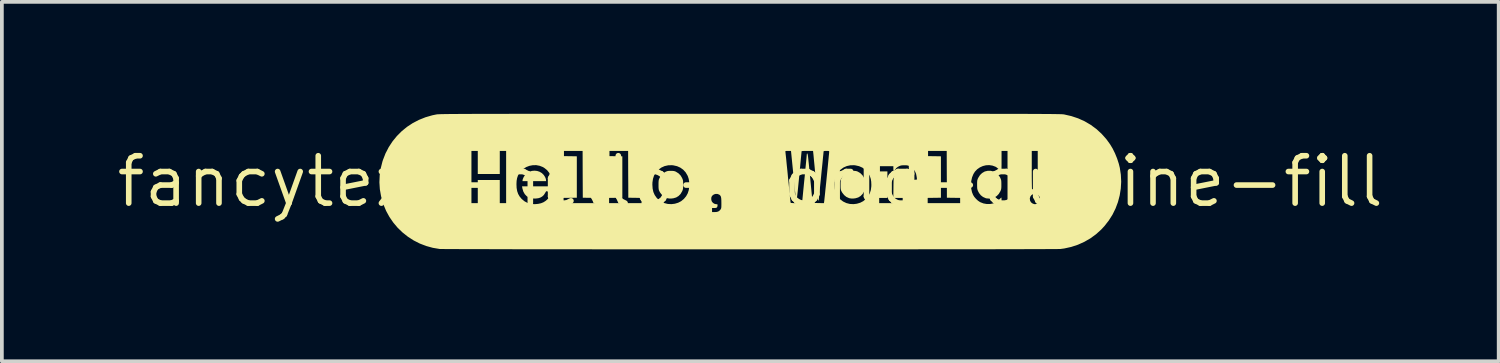
<source format=kicad_pcb>
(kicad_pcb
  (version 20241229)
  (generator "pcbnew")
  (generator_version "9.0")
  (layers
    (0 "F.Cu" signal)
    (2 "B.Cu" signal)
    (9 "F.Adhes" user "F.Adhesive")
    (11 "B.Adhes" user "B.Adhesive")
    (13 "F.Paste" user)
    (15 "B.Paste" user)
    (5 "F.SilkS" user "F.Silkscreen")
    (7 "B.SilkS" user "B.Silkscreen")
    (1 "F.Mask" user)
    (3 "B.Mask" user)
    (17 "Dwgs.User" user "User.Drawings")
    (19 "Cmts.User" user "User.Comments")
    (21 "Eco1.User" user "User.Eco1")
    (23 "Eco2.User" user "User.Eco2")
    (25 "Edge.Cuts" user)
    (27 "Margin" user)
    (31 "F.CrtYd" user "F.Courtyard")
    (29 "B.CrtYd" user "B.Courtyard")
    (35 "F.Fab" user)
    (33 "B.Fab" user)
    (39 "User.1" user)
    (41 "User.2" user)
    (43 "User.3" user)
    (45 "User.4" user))
  (footprint "fancytext-hello-world-outline-fill"
    (layer "F.Cu")
    (at 17.062 1.815)
    (property "Reference" "fancytext-hello-world-outline-fill" (at 0 0 0) (layer "F.SilkS") (effects (font (size 1.27 1.27) (thickness 0.15))))
    (attr board_only exclude_from_pos_files exclude_from_bom)
    (fp_poly (pts (xy -6.105 -0.033) (xy -6.101 -0.054) (xy -6.089 -0.085) (xy -6.074 -0.119) (xy -6.033 -0.181) (xy -5.981 -0.229) (xy -5.92 -0.263) (xy -5.853 -0.284) (xy -5.784 -0.29) (xy -5.715 -0.283) (xy -5.65 -0.262) (xy -5.59 -0.227) (xy -5.539 -0.178) (xy -5.499 -0.116) (xy -5.499 -0.115) (xy -5.485 -0.081) (xy -5.477 -0.051) (xy -5.475 -0.037) (xy -5.475 -0.01) (xy -5.79 -0.01) (xy -6.105 -0.01) (xy -6.105 -0.033)) (stroke (width 0) (type solid)) (fill yes) (layer "F.SilkS"))
    (fp_poly (pts (xy 6.31 0.447) (xy 6.237 0.414) (xy 6.179 0.369) (xy 6.132 0.31) (xy 6.108 0.265) (xy 6.096 0.238) (xy 6.088 0.213) (xy 6.083 0.187) (xy 6.081 0.153) (xy 6.08 0.107) (xy 6.08 0.085) (xy 6.08 0.033) (xy 6.082 -0.004) (xy 6.085 -0.032) (xy 6.092 -0.055) (xy 6.102 -0.081) (xy 6.112 -0.101) (xy 6.157 -0.172) (xy 6.213 -0.226) (xy 6.279 -0.265) (xy 6.289 -0.269) (xy 6.366 -0.287) (xy 6.442 -0.287) (xy 6.515 -0.27) (xy 6.582 -0.236) (xy 6.641 -0.187) (xy 6.687 -0.124) (xy 6.701 -0.098) (xy 6.713 -0.069) (xy 6.722 -0.045) (xy 6.727 -0.018) (xy 6.729 0.015) (xy 6.73 0.06) (xy 6.73 0.085) (xy 6.73 0.138) (xy 6.728 0.176) (xy 6.724 0.205) (xy 6.717 0.229) (xy 6.707 0.254) (xy 6.704 0.261) (xy 6.66 0.334) (xy 6.606 0.39) (xy 6.541 0.43) (xy 6.466 0.452) (xy 6.422 0.456) (xy 6.373 0.456) (xy 6.33 0.452) (xy 6.31 0.447)) (stroke (width 0) (type solid)) (fill yes) (layer "F.SilkS"))
    (fp_poly (pts (xy -2.232 0.446) (xy -2.305 0.413) (xy -2.366 0.363) (xy -2.417 0.297) (xy -2.432 0.27) (xy -2.444 0.246) (xy -2.452 0.224) (xy -2.456 0.2) (xy -2.459 0.169) (xy -2.46 0.127) (xy -2.46 0.09) (xy -2.46 0.036) (xy -2.458 -0.003) (xy -2.455 -0.032) (xy -2.449 -0.056) (xy -2.439 -0.079) (xy -2.434 -0.091) (xy -2.39 -0.164) (xy -2.334 -0.221) (xy -2.277 -0.257) (xy -2.245 -0.271) (xy -2.217 -0.28) (xy -2.185 -0.284) (xy -2.141 -0.285) (xy -2.13 -0.285) (xy -2.081 -0.284) (xy -2.045 -0.28) (xy -2.017 -0.272) (xy -1.994 -0.262) (xy -1.924 -0.218) (xy -1.869 -0.162) (xy -1.833 -0.102) (xy -1.819 -0.073) (xy -1.81 -0.049) (xy -1.804 -0.024) (xy -1.801 0.006) (xy -1.8 0.046) (xy -1.8 0.085) (xy -1.8 0.138) (xy -1.802 0.176) (xy -1.806 0.204) (xy -1.813 0.229) (xy -1.823 0.254) (xy -1.826 0.261) (xy -1.869 0.334) (xy -1.923 0.389) (xy -1.987 0.428) (xy -2.062 0.45) (xy -2.112 0.456) (xy -2.172 0.456) (xy -2.221 0.449) (xy -2.232 0.446)) (stroke (width 0) (type solid)) (fill yes) (layer "F.SilkS"))
    (fp_poly (pts (xy 2.648 0.446) (xy 2.575 0.413) (xy 2.514 0.363) (xy 2.463 0.297) (xy 2.448 0.27) (xy 2.436 0.246) (xy 2.428 0.224) (xy 2.424 0.2) (xy 2.421 0.169) (xy 2.42 0.127) (xy 2.42 0.09) (xy 2.42 0.036) (xy 2.422 -0.003) (xy 2.425 -0.032) (xy 2.431 -0.056) (xy 2.441 -0.079) (xy 2.446 -0.091) (xy 2.49 -0.164) (xy 2.546 -0.221) (xy 2.603 -0.257) (xy 2.635 -0.271) (xy 2.663 -0.28) (xy 2.695 -0.284) (xy 2.739 -0.285) (xy 2.75 -0.285) (xy 2.799 -0.284) (xy 2.835 -0.28) (xy 2.863 -0.272) (xy 2.886 -0.262) (xy 2.956 -0.218) (xy 3.011 -0.162) (xy 3.047 -0.102) (xy 3.061 -0.073) (xy 3.07 -0.049) (xy 3.076 -0.024) (xy 3.079 0.006) (xy 3.08 0.046) (xy 3.08 0.085) (xy 3.08 0.138) (xy 3.078 0.176) (xy 3.074 0.204) (xy 3.067 0.229) (xy 3.057 0.254) (xy 3.054 0.261) (xy 3.011 0.334) (xy 2.957 0.389) (xy 2.893 0.428) (xy 2.818 0.45) (xy 2.768 0.456) (xy 2.708 0.456) (xy 2.659 0.449) (xy 2.648 0.446)) (stroke (width 0) (type solid)) (fill yes) (layer "F.SilkS"))
    (fp_poly (pts (xy 1.411 -1.815) (xy 1.843 -1.815) (xy 2.257 -1.815) (xy 2.653 -1.815) (xy 3.032 -1.815) (xy 3.393 -1.815) (xy 3.737 -1.815) (xy 4.065 -1.815) (xy 4.377 -1.815) (xy 4.674 -1.815) (xy 4.955 -1.815) (xy 5.222 -1.814) (xy 5.474 -1.814) (xy 5.713 -1.814) (xy 5.938 -1.814) (xy 6.15 -1.814) (xy 6.349 -1.814) (xy 6.535 -1.813) (xy 6.71 -1.813) (xy 6.874 -1.813) (xy 7.026 -1.813) (xy 7.168 -1.812) (xy 7.299 -1.812) (xy 7.42 -1.812) (xy 7.532 -1.811) (xy 7.635 -1.811) (xy 7.729 -1.811) (xy 7.815 -1.81) (xy 7.894 -1.81) (xy 7.964 -1.809) (xy 8.028 -1.809) (xy 8.085 -1.808) (xy 8.136 -1.808) (xy 8.181 -1.807) (xy 8.22 -1.806) (xy 8.255 -1.806) (xy 8.285 -1.805) (xy 8.31 -1.804) (xy 8.332 -1.803) (xy 8.351 -1.803) (xy 8.366 -1.802) (xy 8.379 -1.801) (xy 8.39 -1.8) (xy 8.399 -1.799) (xy 8.407 -1.798) (xy 8.413 -1.797) (xy 8.414 -1.797) (xy 8.606 -1.753) (xy 8.789 -1.692) (xy 8.962 -1.614) (xy 9.124 -1.519) (xy 9.275 -1.408) (xy 9.414 -1.281) (xy 9.542 -1.138) (xy 9.643 -0.999) (xy 9.713 -0.883) (xy 9.777 -0.753) (xy 9.833 -0.615) (xy 9.878 -0.476) (xy 9.905 -0.367) (xy 9.933 -0.181) (xy 9.942 0.006) (xy 9.931 0.191) (xy 9.902 0.373) (xy 9.855 0.552) (xy 9.79 0.725) (xy 9.708 0.891) (xy 9.608 1.048) (xy 9.492 1.196) (xy 9.405 1.29) (xy 9.266 1.415) (xy 9.115 1.525) (xy 8.953 1.618) (xy 8.782 1.695) (xy 8.603 1.754) (xy 8.418 1.795) (xy 8.313 1.809) (xy 8.298 1.81) (xy 8.263 1.81) (xy 8.21 1.811) (xy 8.139 1.811) (xy 8.049 1.812) (xy 7.943 1.812) (xy 7.82 1.813) (xy 7.681 1.813) (xy 7.527 1.814) (xy 7.357 1.814) (xy 7.174 1.815) (xy 6.977 1.815) (xy 6.766 1.815) (xy 6.543 1.816) (xy 6.309 1.816) (xy 6.062 1.816) (xy 5.805 1.816) (xy 5.538 1.817) (xy 5.261 1.817) (xy 4.974 1.817) (xy 4.68 1.817) (xy 4.377 1.818) (xy 4.067 1.818) (xy 3.75 1.818) (xy 3.427 1.818) (xy 3.098 1.818) (xy 2.764 1.818) (xy 2.425 1.819) (xy 2.082 1.819) (xy 1.736 1.819) (xy 1.388 1.819) (xy 1.036 1.819) (xy 0.684 1.819) (xy 0.33 1.819) (xy -0.025 1.819) (xy -0.379 1.819) (xy -0.733 1.819) (xy -1.085 1.819) (xy -1.436 1.819) (xy -1.785 1.819) (xy -2.131 1.819) (xy -2.473 1.818) (xy -2.811 1.818) (xy -3.144 1.818) (xy -3.473 1.818) (xy -3.795 1.818) (xy -4.112 1.818) (xy -4.421 1.817) (xy -4.723 1.817) (xy -5.017 1.817) (xy -5.302 1.817) (xy -5.578 1.816) (xy -5.845 1.816) (xy -6.101 1.816) (xy -6.346 1.816) (xy -6.58 1.815) (xy -6.801 1.815) (xy -7.01 1.814) (xy -7.206 1.814) (xy -7.388 1.814) (xy -7.556 1.813) (xy -7.708 1.813) (xy -7.846 1.812) (xy -7.967 1.812) (xy -8.072 1.811) (xy -8.159 1.811) (xy -8.229 1.81) (xy -8.28 1.81) (xy -8.312 1.809) (xy -8.325 1.809) (xy -8.51 1.778) (xy -8.688 1.729) (xy -8.86 1.663) (xy -9.023 1.58) (xy -9.177 1.481) (xy -9.32 1.368) (xy -9.451 1.242) (xy -9.569 1.102) (xy -9.673 0.951) (xy -9.761 0.79) (xy -9.833 0.618) (xy -9.845 0.583) (xy -9.897 0.396) (xy -9.93 0.209) (xy -9.942 0.022) (xy -9.934 -0.165) (xy -9.907 -0.351) (xy -9.86 -0.537) (xy -9.846 -0.579) (xy -9.777 -0.756) (xy -9.743 -0.82) (xy -7.475 -0.82) (xy -7.475 0.58) (xy -7.305 0.58) (xy -7.305 -0.04) (xy -6.715 -0.04) (xy -6.715 0.58) (xy -6.545 0.58) (xy -6.545 0.07) (xy -6.268 0.07) (xy -6.264 0.171) (xy -6.249 0.258) (xy -6.223 0.333) (xy -6.184 0.401) (xy -6.131 0.465) (xy -6.125 0.471) (xy -6.051 0.532) (xy -5.969 0.575) (xy -5.878 0.601) (xy -5.779 0.608) (xy -5.687 0.6) (xy -5.61 0.583) (xy -5.545 0.557) (xy -5.488 0.521) (xy -5.451 0.49) (xy -5.415 0.452) (xy -5.407 0.44) (xy -5.005 0.44) (xy -5.005 0.58) (xy -4.135 0.58) (xy -4.135 0.44) (xy -3.785 0.44) (xy -3.785 0.58) (xy -2.915 0.58) (xy -2.915 0.44) (xy -3.27 0.435) (xy -3.271 0.085) (xy -2.625 0.085) (xy -2.618 0.19) (xy -2.598 0.282) (xy -2.563 0.362) (xy -2.513 0.434) (xy -2.471 0.477) (xy -2.393 0.536) (xy -2.306 0.578) (xy -2.212 0.602) (xy -2.114 0.607) (xy -2.023 0.596) (xy -1.933 0.569) (xy -1.854 0.528) (xy -1.792 0.477) (xy -1.047 0.477) (xy -1.037 0.521) (xy -1.026 0.543) (xy -0.998 0.575) (xy -0.96 0.598) (xy -0.92 0.608) (xy -0.907 0.608) (xy -0.887 0.609) (xy -0.879 0.621) (xy -0.877 0.633) (xy -0.88 0.663) (xy -0.889 0.686) (xy -0.901 0.7) (xy -0.917 0.707) (xy -0.943 0.71) (xy -0.965 0.71) (xy -1.025 0.71) (xy -1.025 0.82) (xy -0.958 0.82) (xy -0.899 0.816) (xy -0.856 0.803) (xy -0.855 0.802) (xy -0.826 0.782) (xy -0.8 0.754) (xy -0.798 0.751) (xy -0.789 0.736) (xy -0.782 0.72) (xy -0.778 0.7) (xy -0.776 0.671) (xy -0.775 0.63) (xy -0.775 0.573) (xy -0.776 0.506) (xy -0.779 0.455) (xy -0.785 0.418) (xy -0.795 0.391) (xy -0.81 0.371) (xy -0.83 0.354) (xy -0.838 0.35) (xy -0.883 0.333) (xy -0.932 0.333) (xy -0.978 0.348) (xy -1.017 0.378) (xy -1.03 0.394) (xy -1.045 0.432) (xy -1.047 0.477) (xy -1.792 0.477) (xy -1.784 0.471) (xy -1.779 0.466) (xy -1.72 0.395) (xy -1.677 0.317) (xy -1.649 0.229) (xy -1.636 0.13) (xy -1.635 0.085) (xy -1.639 0.002) (xy -1.651 -0.07) (xy -1.673 -0.138) (xy -1.686 -0.166) (xy -1.735 -0.248) (xy -1.799 -0.317) (xy -1.875 -0.371) (xy -1.962 -0.41) (xy -2.059 -0.432) (xy -2.1 -0.437) (xy -2.201 -0.434) (xy -2.296 -0.413) (xy -2.383 -0.374) (xy -2.462 -0.316) (xy -2.476 -0.303) (xy -2.536 -0.235) (xy -2.58 -0.159) (xy -2.608 -0.073) (xy -2.623 0.024) (xy -2.625 0.085) (xy -3.271 0.085) (xy -3.273 -0.193) (xy -3.275 -0.805) (xy 0.94 -0.805) (xy 0.941 -0.802) (xy 0.942 -0.79) (xy 0.945 -0.759) (xy 0.95 -0.711) (xy 0.957 -0.649) (xy 0.965 -0.574) (xy 0.973 -0.487) (xy 0.983 -0.39) (xy 0.994 -0.285) (xy 1.005 -0.173) (xy 1.01 -0.115) (xy 1.022 -0.001) (xy 1.033 0.107) (xy 1.043 0.208) (xy 1.052 0.3) (xy 1.06 0.38) (xy 1.067 0.449) (xy 1.073 0.504) (xy 1.077 0.542) (xy 1.08 0.564) (xy 1.081 0.568) (xy 1.088 0.573) (xy 1.108 0.576) (xy 1.142 0.579) (xy 1.192 0.58) (xy 1.234 0.58) (xy 1.384 0.58) (xy 1.389 0.547) (xy 1.391 0.533) (xy 1.395 0.501) (xy 1.4 0.453) (xy 1.406 0.391) (xy 1.413 0.319) (xy 1.421 0.236) (xy 1.43 0.147) (xy 1.439 0.052) (xy 1.449 -0.045) (xy 1.459 -0.144) (xy 1.468 -0.242) (xy 1.477 -0.337) (xy 1.486 -0.426) (xy 1.494 -0.508) (xy 1.501 -0.581) (xy 1.507 -0.643) (xy 1.511 -0.691) (xy 1.514 -0.723) (xy 1.515 -0.738) (xy 1.515 -0.738) (xy 1.523 -0.749) (xy 1.528 -0.75) (xy 1.533 -0.745) (xy 1.537 -0.729) (xy 1.543 -0.7) (xy 1.549 -0.656) (xy 1.555 -0.597) (xy 1.563 -0.521) (xy 1.57 -0.458) (xy 1.578 -0.373) (xy 1.587 -0.275) (xy 1.598 -0.166) (xy 1.609 -0.054) (xy 1.62 0.058) (xy 1.63 0.163) (xy 1.634 0.205) (xy 1.67 0.575) (xy 1.822 0.578) (xy 1.974 0.581) (xy 1.979 0.548) (xy 1.981 0.532) (xy 1.985 0.498) (xy 1.99 0.449) (xy 1.997 0.386) (xy 2.005 0.311) (xy 2.013 0.228) (xy 2.023 0.136) (xy 2.028 0.085) (xy 2.255 0.085) (xy 2.262 0.19) (xy 2.282 0.282) (xy 2.317 0.362) (xy 2.367 0.434) (xy 2.409 0.477) (xy 2.487 0.536) (xy 2.574 0.578) (xy 2.668 0.602) (xy 2.766 0.607) (xy 2.857 0.596) (xy 2.947 0.569) (xy 3.026 0.528) (xy 3.096 0.471) (xy 3.101 0.466) (xy 3.122 0.44) (xy 3.455 0.44) (xy 3.455 0.58) (xy 4.085 0.58) (xy 4.085 0.44) (xy 4.755 0.44) (xy 4.755 0.58) (xy 5.625 0.58) (xy 5.625 0.44) (xy 5.27 0.435) (xy 5.269 0.088) (xy 5.915 0.088) (xy 5.922 0.19) (xy 5.943 0.287) (xy 5.972 0.36) (xy 6.004 0.412) (xy 6.05 0.465) (xy 6.101 0.513) (xy 6.154 0.549) (xy 6.165 0.555) (xy 6.25 0.588) (xy 6.341 0.604) (xy 6.432 0.603) (xy 6.521 0.586) (xy 6.542 0.579) (xy 6.581 0.56) (xy 6.619 0.534) (xy 6.661 0.495) (xy 6.662 0.493) (xy 6.691 0.465) (xy 6.714 0.443) (xy 6.727 0.431) (xy 6.73 0.43) (xy 6.732 0.439) (xy 6.734 0.463) (xy 6.735 0.498) (xy 6.735 0.505) (xy 6.735 0.58) (xy 6.895 0.58) (xy 6.895 0.463) (xy 7.493 0.463) (xy 7.5 0.515) (xy 7.525 0.558) (xy 7.565 0.589) (xy 7.57 0.591) (xy 7.606 0.605) (xy 7.635 0.609) (xy 7.666 0.601) (xy 7.678 0.596) (xy 7.722 0.568) (xy 7.752 0.529) (xy 7.765 0.481) (xy 7.765 0.472) (xy 7.756 0.418) (xy 7.732 0.376) (xy 7.695 0.346) (xy 7.647 0.331) (xy 7.628 0.33) (xy 7.578 0.339) (xy 7.537 0.364) (xy 7.508 0.402) (xy 7.493 0.45) (xy 7.493 0.463) (xy 6.895 0.463) (xy 6.895 -0.82) (xy 7.545 -0.82) (xy 7.545 -0.312) (xy 7.545 -0.213) (xy 7.545 -0.12) (xy 7.546 -0.035) (xy 7.547 0.04) (xy 7.548 0.103) (xy 7.549 0.152) (xy 7.55 0.186) (xy 7.551 0.202) (xy 7.552 0.203) (xy 7.564 0.207) (xy 7.591 0.209) (xy 7.627 0.21) (xy 7.632 0.21) (xy 7.705 0.21) (xy 7.705 -0.82) (xy 7.545 -0.82) (xy 6.895 -0.82) (xy 6.735 -0.82) (xy 6.735 -0.54) (xy 6.735 -0.457) (xy 6.734 -0.392) (xy 6.734 -0.342) (xy 6.732 -0.307) (xy 6.73 -0.283) (xy 6.727 -0.268) (xy 6.724 -0.261) (xy 6.72 -0.26) (xy 6.707 -0.266) (xy 6.705 -0.27) (xy 6.698 -0.286) (xy 6.678 -0.31) (xy 6.651 -0.337) (xy 6.621 -0.363) (xy 6.591 -0.385) (xy 6.575 -0.395) (xy 6.492 -0.426) (xy 6.405 -0.439) (xy 6.318 -0.435) (xy 6.234 -0.414) (xy 6.154 -0.378) (xy 6.082 -0.328) (xy 6.021 -0.264) (xy 5.981 -0.2) (xy 5.945 -0.112) (xy 5.923 -0.014) (xy 5.915 0.088) (xy 5.269 0.088) (xy 5.267 -0.193) (xy 5.265 -0.82) (xy 4.765 -0.82) (xy 4.765 -0.68) (xy 4.938 -0.678) (xy 5.11 -0.675) (xy 5.11 0.435) (xy 4.755 0.44) (xy 4.085 0.44) (xy 4.085 0.44) (xy 3.834 0.44) (xy 3.837 0.172) (xy 3.838 0.092) (xy 3.839 0.029) (xy 3.84 -0.02) (xy 3.842 -0.057) (xy 3.845 -0.084) (xy 3.849 -0.105) (xy 3.853 -0.122) (xy 3.86 -0.137) (xy 3.863 -0.145) (xy 3.882 -0.18) (xy 3.903 -0.212) (xy 3.913 -0.224) (xy 3.961 -0.261) (xy 4.019 -0.283) (xy 4.082 -0.29) (xy 4.147 -0.279) (xy 4.182 -0.266) (xy 4.23 -0.235) (xy 4.265 -0.194) (xy 4.288 -0.139) (xy 4.297 -0.096) (xy 4.305 -0.057) (xy 4.314 -0.036) (xy 4.32 -0.034) (xy 4.335 -0.037) (xy 4.364 -0.041) (xy 4.4 -0.045) (xy 4.468 -0.053) (xy 4.461 -0.117) (xy 4.444 -0.205) (xy 4.412 -0.28) (xy 4.365 -0.343) (xy 4.305 -0.392) (xy 4.277 -0.407) (xy 4.246 -0.421) (xy 4.218 -0.429) (xy 4.186 -0.434) (xy 4.143 -0.435) (xy 4.129 -0.435) (xy 4.083 -0.434) (xy 4.05 -0.431) (xy 4.022 -0.424) (xy 3.994 -0.412) (xy 3.979 -0.405) (xy 3.935 -0.378) (xy 3.904 -0.347) (xy 3.89 -0.328) (xy 3.867 -0.296) (xy 3.851 -0.282) (xy 3.841 -0.288) (xy 3.836 -0.312) (xy 3.835 -0.345) (xy 3.835 -0.41) (xy 3.475 -0.41) (xy 3.475 -0.27) (xy 3.675 -0.27) (xy 3.675 0.44) (xy 3.455 0.44) (xy 3.122 0.44) (xy 3.16 0.395) (xy 3.203 0.317) (xy 3.231 0.229) (xy 3.244 0.13) (xy 3.245 0.085) (xy 3.241 0.002) (xy 3.229 -0.07) (xy 3.207 -0.138) (xy 3.194 -0.166) (xy 3.145 -0.248) (xy 3.081 -0.317) (xy 3.005 -0.371) (xy 2.918 -0.41) (xy 2.821 -0.432) (xy 2.78 -0.437) (xy 2.679 -0.434) (xy 2.584 -0.413) (xy 2.497 -0.374) (xy 2.418 -0.316) (xy 2.404 -0.303) (xy 2.344 -0.235) (xy 2.3 -0.159) (xy 2.272 -0.073) (xy 2.257 0.024) (xy 2.255 0.085) (xy 2.028 0.085) (xy 2.033 0.04) (xy 2.043 -0.06) (xy 2.053 -0.162) (xy 2.063 -0.262) (xy 2.073 -0.36) (xy 2.082 -0.453) (xy 2.09 -0.539) (xy 2.098 -0.616) (xy 2.104 -0.682) (xy 2.11 -0.736) (xy 2.113 -0.774) (xy 2.115 -0.796) (xy 2.115 -0.799) (xy 2.113 -0.81) (xy 2.106 -0.816) (xy 2.089 -0.819) (xy 2.057 -0.82) (xy 2.04 -0.82) (xy 1.998 -0.819) (xy 1.974 -0.815) (xy 1.965 -0.808) (xy 1.965 -0.807) (xy 1.964 -0.796) (xy 1.961 -0.766) (xy 1.957 -0.719) (xy 1.95 -0.658) (xy 1.943 -0.583) (xy 1.935 -0.497) (xy 1.925 -0.402) (xy 1.914 -0.298) (xy 1.903 -0.189) (xy 1.9 -0.155) (xy 1.889 -0.044) (xy 1.878 0.062) (xy 1.868 0.16) (xy 1.859 0.249) (xy 1.851 0.327) (xy 1.845 0.392) (xy 1.84 0.443) (xy 1.837 0.478) (xy 1.835 0.496) (xy 1.835 0.497) (xy 1.827 0.509) (xy 1.822 0.51) (xy 1.819 0.505) (xy 1.815 0.49) (xy 1.81 0.464) (xy 1.805 0.425) (xy 1.799 0.373) (xy 1.791 0.306) (xy 1.783 0.224) (xy 1.773 0.125) (xy 1.762 0.007) (xy 1.751 -0.102) (xy 1.741 -0.213) (xy 1.731 -0.318) (xy 1.722 -0.417) (xy 1.713 -0.508) (xy 1.705 -0.588) (xy 1.699 -0.656) (xy 1.694 -0.71) (xy 1.69 -0.748) (xy 1.688 -0.767) (xy 1.688 -0.767) (xy 1.682 -0.82) (xy 1.529 -0.82) (xy 1.466 -0.82) (xy 1.422 -0.818) (xy 1.393 -0.816) (xy 1.378 -0.812) (xy 1.374 -0.807) (xy 1.373 -0.796) (xy 1.371 -0.766) (xy 1.366 -0.719) (xy 1.36 -0.657) (xy 1.353 -0.583) (xy 1.345 -0.497) (xy 1.336 -0.401) (xy 1.326 -0.297) (xy 1.316 -0.187) (xy 1.312 -0.146) (xy 1.298 -0.006) (xy 1.286 0.114) (xy 1.276 0.216) (xy 1.267 0.302) (xy 1.259 0.371) (xy 1.252 0.425) (xy 1.246 0.465) (xy 1.241 0.491) (xy 1.236 0.506) (xy 1.232 0.509) (xy 1.228 0.501) (xy 1.224 0.484) (xy 1.222 0.473) (xy 1.22 0.456) (xy 1.216 0.422) (xy 1.211 0.371) (xy 1.204 0.306) (xy 1.196 0.228) (xy 1.187 0.139) (xy 1.177 0.041) (xy 1.167 -0.064) (xy 1.156 -0.174) (xy 1.154 -0.193) (xy 1.091 -0.82) (xy 1.014 -0.82) (xy 0.975 -0.82) (xy 0.952 -0.817) (xy 0.942 -0.813) (xy 0.94 -0.805) (xy -3.275 -0.805) (xy -3.275 -0.82) (xy -3.775 -0.82) (xy -3.775 -0.68) (xy -3.603 -0.678) (xy -3.43 -0.675) (xy -3.43 0.435) (xy -3.785 0.44) (xy -4.135 0.44) (xy -4.49 0.435) (xy -4.493 -0.193) (xy -4.495 -0.82) (xy -4.995 -0.82) (xy -4.995 -0.68) (xy -4.822 -0.678) (xy -4.65 -0.675) (xy -4.65 0.435) (xy -5.005 0.44) (xy -5.407 0.44) (xy -5.383 0.41) (xy -5.357 0.368) (xy -5.34 0.332) (xy -5.335 0.309) (xy -5.342 0.297) (xy -5.365 0.286) (xy -5.4 0.276) (xy -5.433 0.268) (xy -5.458 0.262) (xy -5.469 0.26) (xy -5.476 0.268) (xy -5.489 0.289) (xy -5.499 0.307) (xy -5.535 0.363) (xy -5.58 0.404) (xy -5.63 0.432) (xy -5.681 0.448) (xy -5.744 0.456) (xy -5.811 0.456) (xy -5.874 0.448) (xy -5.928 0.433) (xy -5.933 0.431) (xy -5.996 0.392) (xy -6.046 0.338) (xy -6.084 0.27) (xy -6.108 0.189) (xy -6.111 0.172) (xy -6.118 0.13) (xy -5.315 0.13) (xy -5.315 0.047) (xy -5.324 -0.056) (xy -5.349 -0.149) (xy -5.39 -0.232) (xy -5.447 -0.304) (xy -5.519 -0.362) (xy -5.56 -0.387) (xy -5.647 -0.421) (xy -5.737 -0.438) (xy -5.829 -0.437) (xy -5.919 -0.42) (xy -6.004 -0.388) (xy -6.082 -0.34) (xy -6.15 -0.279) (xy -6.195 -0.22) (xy -6.229 -0.157) (xy -6.251 -0.091) (xy -6.264 -0.017) (xy -6.268 0.07) (xy -6.545 0.07) (xy -6.545 -0.82) (xy -6.715 -0.82) (xy -6.715 -0.2) (xy -7.305 -0.2) (xy -7.305 -0.82) (xy -7.475 -0.82) (xy -9.743 -0.82) (xy -9.691 -0.922) (xy -9.589 -1.077) (xy -9.473 -1.219) (xy -9.343 -1.349) (xy -9.201 -1.465) (xy -9.047 -1.566) (xy -8.881 -1.652) (xy -8.706 -1.722) (xy -8.522 -1.775) (xy -8.415 -1.797) (xy -8.408 -1.798) (xy -8.401 -1.799) (xy -8.392 -1.8) (xy -8.382 -1.801) (xy -8.369 -1.802) (xy -8.355 -1.802) (xy -8.337 -1.803) (xy -8.316 -1.804) (xy -8.291 -1.805) (xy -8.262 -1.806) (xy -8.229 -1.806) (xy -8.191 -1.807) (xy -8.147 -1.808) (xy -8.098 -1.808) (xy -8.043 -1.809) (xy -7.981 -1.809) (xy -7.912 -1.81) (xy -7.836 -1.81) (xy -7.752 -1.811) (xy -7.66 -1.811) (xy -7.559 -1.811) (xy -7.45 -1.812) (xy -7.331 -1.812) (xy -7.202 -1.812) (xy -7.064 -1.813) (xy -6.914 -1.813) (xy -6.754 -1.813) (xy -6.582 -1.813) (xy -6.399 -1.814) (xy -6.203 -1.814) (xy -5.995 -1.814) (xy -5.773 -1.814) (xy -5.539 -1.814) (xy -5.29 -1.814) (xy -5.028 -1.815) (xy -4.75 -1.815) (xy -4.458 -1.815) (xy -4.15 -1.815) (xy -3.826 -1.815) (xy -3.486 -1.815) (xy -3.13 -1.815) (xy -2.756 -1.815) (xy -2.365 -1.815) (xy -1.956 -1.815) (xy -1.529 -1.815) (xy -1.083 -1.815) (xy -0.618 -1.815) (xy 0.96 -1.815)) (stroke (width 0) (type solid)) (fill yes) (layer "F.SilkS")))
  (gr_rect
    (start -3 -3)
    (end 37.123 6.634)
    (stroke (width 0.1) (type default))
    (fill no)
    (layer "Edge.Cuts")))
</source>
